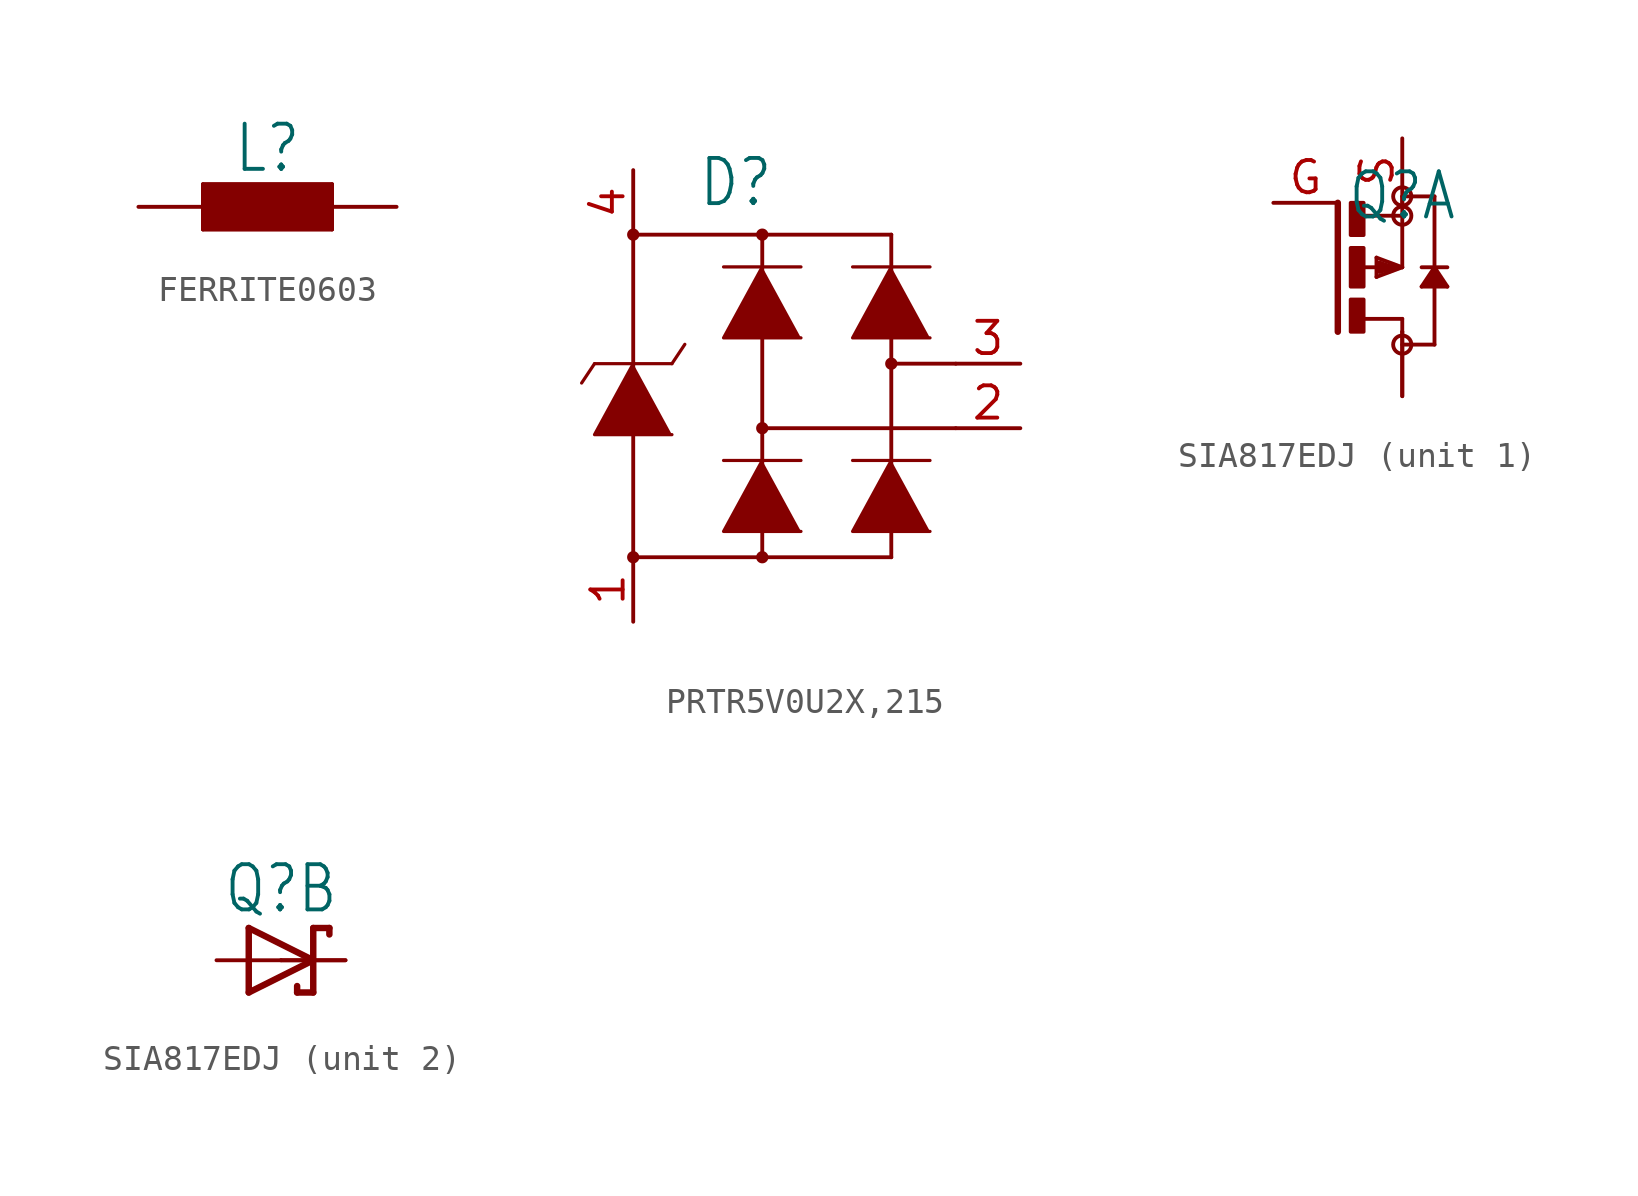
<source format=kicad_sym>
(kicad_symbol_lib
  (version 20231120)
  (generator "kicad_symbol_editor")
  (generator_version "8.0")
  (symbol "FERRITE0603"
    (property "Reference" "L"
      (at 0 1.27 0)
      (effects (font (size 1.778 1.511)) (justify bottom)))
    (property "Value" ""
      (at 0 -1.27 0)
      (effects (font (size 1.778 1.511)) (justify top)))
    (property "ki_locked" ""
      (at 0 0 0)
      (effects (font (size 1.27 1.27))))
    (symbol "FERRITE0603_1_0"
      (rectangle (start -2.54 -0.889) (end 2.54 0.889) (stroke (width 0) (type default)) (fill (type outline)))
      (polyline (pts (xy -2.54 -0.889) (xy -2.54 0.889)) (stroke (width 0.152) (type solid)) (fill (type none)))
      (polyline (pts (xy -2.54 0.889) (xy 2.54 0.889)) (stroke (width 0.152) (type solid)) (fill (type none)))
      (polyline (pts (xy 2.54 -0.889) (xy -2.54 -0.889)) (stroke (width 0.152) (type solid)) (fill (type none)))
      (polyline (pts (xy 2.54 0.889) (xy 2.54 -0.889)) (stroke (width 0.152) (type solid)) (fill (type none)))
      (pin passive line (at -5.08 0 0) (length 2.54) (name "1" (effects (font (size 0 0)))) (number "1" (effects (font (size 0 0)))))
      (pin passive line (at 5.08 0 180) (length 2.54) (name "2" (effects (font (size 0 0)))) (number "2" (effects (font (size 0 0)))))))
  (symbol "PRTR5V0U2X,215"
    (property "Reference" "D"
      (at -2.54 6.096 0)
      (effects (font (size 1.778 1.511)) (justify left bottom)))
    (property "Value" ""
      (at -2.54 -9.652 0)
      (effects (font (size 1.778 1.511)) (justify left bottom)))
    (property "ki_locked" ""
      (at 0 0 0)
      (effects (font (size 1.27 1.27))))
    (symbol "PRTR5V0U2X,215_1_0"
      (circle (center -5.08 -7.62) (radius 0.102) (stroke (width 0.127) (type solid)) (fill (type none)))
      (circle (center -5.08 -7.62) (radius 0.178) (stroke (width 0.127) (type solid)) (fill (type none)))
      (circle (center -5.08 5.08) (radius 0.102) (stroke (width 0.127) (type solid)) (fill (type none)))
      (circle (center -5.08 5.08) (radius 0.178) (stroke (width 0.127) (type solid)) (fill (type none)))
      (circle (center 0 -7.62) (radius 0.102) (stroke (width 0.127) (type solid)) (fill (type none)))
      (circle (center 0 -7.62) (radius 0.178) (stroke (width 0.127) (type solid)) (fill (type none)))
      (circle (center 0 -2.54) (radius 0.102) (stroke (width 0.127) (type solid)) (fill (type none)))
      (circle (center 0 -2.54) (radius 0.178) (stroke (width 0.127) (type solid)) (fill (type none)))
      (polyline (pts (xy -6.604 0) (xy -7.112 -0.762)) (stroke (width 0.127) (type solid)) (fill (type none)))
      (polyline (pts (xy -6.604 0) (xy -3.556 0)) (stroke (width 0.127) (type solid)) (fill (type none)))
      (polyline (pts (xy -5.08 -7.62) (xy 5.08 -7.62)) (stroke (width 0.152) (type solid)) (fill (type none)))
      (polyline (pts (xy -5.08 5.08) (xy -5.08 -7.62)) (stroke (width 0.152) (type solid)) (fill (type none)))
      (polyline (pts (xy -5.08 5.08) (xy 5.08 5.08)) (stroke (width 0.152) (type solid)) (fill (type none)))
      (polyline (pts (xy -3.048 0.762) (xy -3.556 0)) (stroke (width 0.127) (type solid)) (fill (type none)))
      (polyline (pts (xy -1.524 -3.81) (xy 1.524 -3.81)) (stroke (width 0.127) (type solid)) (fill (type none)))
      (polyline (pts (xy -1.524 3.81) (xy 1.524 3.81)) (stroke (width 0.127) (type solid)) (fill (type none)))
      (polyline (pts (xy 0 -7.62) (xy 0 5.08)) (stroke (width 0.152) (type solid)) (fill (type none)))
      (polyline (pts (xy 0 -2.54) (xy 7.62 -2.54)) (stroke (width 0.152) (type solid)) (fill (type none)))
      (polyline (pts (xy 3.556 -3.81) (xy 6.604 -3.81)) (stroke (width 0.127) (type solid)) (fill (type none)))
      (polyline (pts (xy 3.556 3.81) (xy 6.604 3.81)) (stroke (width 0.127) (type solid)) (fill (type none)))
      (polyline (pts (xy 5.08 -7.62) (xy 5.08 5.08)) (stroke (width 0.152) (type solid)) (fill (type none)))
      (polyline (pts (xy 5.08 0) (xy 7.62 0)) (stroke (width 0.152) (type solid)) (fill (type none)))
      (polyline (pts (xy -5.08 0) (xy -6.604 -2.794) (xy -3.556 -2.794)) (stroke (width 0.127) (type solid)) (fill (type outline)))
      (polyline (pts (xy 0 -3.81) (xy -1.524 -6.604) (xy 1.524 -6.604)) (stroke (width 0.127) (type solid)) (fill (type outline)))
      (polyline (pts (xy 0 3.81) (xy -1.524 1.016) (xy 1.524 1.016)) (stroke (width 0.127) (type solid)) (fill (type outline)))
      (polyline (pts (xy 5.08 -3.81) (xy 3.556 -6.604) (xy 6.604 -6.604)) (stroke (width 0.127) (type solid)) (fill (type outline)))
      (polyline (pts (xy 5.08 3.81) (xy 3.556 1.016) (xy 6.604 1.016)) (stroke (width 0.127) (type solid)) (fill (type outline)))
      (circle (center 0 5.08) (radius 0.102) (stroke (width 0.127) (type solid)) (fill (type none)))
      (circle (center 0 5.08) (radius 0.178) (stroke (width 0.127) (type solid)) (fill (type none)))
      (circle (center 5.08 0) (radius 0.102) (stroke (width 0.127) (type solid)) (fill (type none)))
      (circle (center 5.08 0) (radius 0.178) (stroke (width 0.127) (type solid)) (fill (type none)))
      (pin passive line (at -5.08 -10.16 90) (length 2.54) (name "1" (effects (font (size 0 0)))) (number "1" (effects (font (size 1.27 1.27)))))
      (pin passive line (at 10.16 -2.54 180) (length 2.54) (name "2" (effects (font (size 0 0)))) (number "2" (effects (font (size 1.27 1.27)))))
      (pin passive line (at 10.16 0 180) (length 2.54) (name "3" (effects (font (size 0 0)))) (number "3" (effects (font (size 1.27 1.27)))))
      (pin passive line (at -5.08 7.62 270) (length 2.54) (name "4" (effects (font (size 0 0)))) (number "4" (effects (font (size 1.27 1.27)))))))
  (symbol "SIA817EDJ"
    (property "Reference" "Q"
      (at 0 1.778 0)
      (effects (font (size 1.778 1.511)) (justify bottom)))
    (property "Value" ""
      (at 0 -1.778 0)
      (effects (font (size 1.778 1.511)) (justify top)))
    (property "ki_locked" ""
      (at 0 0 0)
      (effects (font (size 1.27 1.27))))
    (symbol "SIA817EDJ_1_0"
      (rectangle (start -2.032 -2.54) (end -1.524 -1.27) (stroke (width 0) (type default)) (fill (type outline)))
      (rectangle (start -2.032 -0.762) (end -1.524 0.762) (stroke (width 0) (type default)) (fill (type outline)))
      (rectangle (start -2.032 1.27) (end -1.524 2.54) (stroke (width 0) (type default)) (fill (type outline)))
      (circle (center 0 -3.048) (radius 0.359) (stroke (width 0) (type solid)) (fill (type none)))
      (polyline (pts (xy -2.54 2.54) (xy -2.54 -2.54)) (stroke (width 0.254) (type solid)) (fill (type none)))
      (polyline (pts (xy -1.524 -2.032) (xy 0 -2.032)) (stroke (width 0.152) (type solid)) (fill (type none)))
      (polyline (pts (xy -1.524 0) (xy -0.508 0)) (stroke (width 0.152) (type solid)) (fill (type none)))
      (polyline (pts (xy -1.524 2.032) (xy 0 2.032)) (stroke (width 0.152) (type solid)) (fill (type none)))
      (polyline (pts (xy -1.016 -0.381) (xy 0 0)) (stroke (width 0.152) (type solid)) (fill (type none)))
      (polyline (pts (xy -1.016 0.381) (xy -1.016 -0.381)) (stroke (width 0.152) (type solid)) (fill (type none)))
      (polyline (pts (xy -0.889 -0.127) (xy -0.889 0.127)) (stroke (width 0.254) (type solid)) (fill (type none)))
      (polyline (pts (xy -0.889 0.127) (xy -0.508 0)) (stroke (width 0.254) (type solid)) (fill (type none)))
      (polyline (pts (xy -0.508 0) (xy -0.381 0)) (stroke (width 0.152) (type solid)) (fill (type none)))
      (polyline (pts (xy -0.381 0) (xy -0.889 -0.127)) (stroke (width 0.254) (type solid)) (fill (type none)))
      (polyline (pts (xy -0.381 0) (xy 0 0)) (stroke (width 0.152) (type solid)) (fill (type none)))
      (polyline (pts (xy 0 -3.048) (xy 1.27 -3.048)) (stroke (width 0.152) (type solid)) (fill (type none)))
      (polyline (pts (xy 0 -2.032) (xy 0 -2.54)) (stroke (width 0.152) (type solid)) (fill (type none)))
      (polyline (pts (xy 0 0) (xy -1.016 0.381)) (stroke (width 0.152) (type solid)) (fill (type none)))
      (polyline (pts (xy 0 0) (xy 0 2.032)) (stroke (width 0.152) (type solid)) (fill (type none)))
      (polyline (pts (xy 0 2.032) (xy 0 2.794)) (stroke (width 0.152) (type solid)) (fill (type none)))
      (polyline (pts (xy 0.762 -0.762) (xy 1.778 -0.762)) (stroke (width 0.152) (type solid)) (fill (type none)))
      (polyline (pts (xy 0.762 0) (xy 1.778 0)) (stroke (width 0.152) (type solid)) (fill (type none)))
      (polyline (pts (xy 1.016 -0.635) (xy 1.524 -0.635)) (stroke (width 0.254) (type solid)) (fill (type none)))
      (polyline (pts (xy 1.27 -3.048) (xy 1.27 -0.254)) (stroke (width 0.152) (type solid)) (fill (type none)))
      (polyline (pts (xy 1.27 -0.254) (xy 1.016 -0.635)) (stroke (width 0.254) (type solid)) (fill (type none)))
      (polyline (pts (xy 1.27 -0.254) (xy 1.27 0)) (stroke (width 0.152) (type solid)) (fill (type none)))
      (polyline (pts (xy 1.27 0) (xy 0.762 -0.762)) (stroke (width 0.152) (type solid)) (fill (type none)))
      (polyline (pts (xy 1.27 0) (xy 1.27 2.794)) (stroke (width 0.152) (type solid)) (fill (type none)))
      (polyline (pts (xy 1.27 2.794) (xy 0 2.794)) (stroke (width 0.152) (type solid)) (fill (type none)))
      (polyline (pts (xy 1.524 -0.635) (xy 1.27 -0.254)) (stroke (width 0.254) (type solid)) (fill (type none)))
      (polyline (pts (xy 1.778 -0.762) (xy 1.27 0)) (stroke (width 0.152) (type solid)) (fill (type none)))
      (circle (center 0 2.032) (radius 0.359) (stroke (width 0) (type solid)) (fill (type none)))
      (circle (center 0 2.794) (radius 0.359) (stroke (width 0) (type solid)) (fill (type none)))
      (pin passive line (at 0 -5.08 90) (length 2.54) (name "D" (effects (font (size 0 0)))) (number "D" (effects (font (size 0 0)))))
      (pin passive line (at 0 -5.08 90) (length 2.54) (name "D" (effects (font (size 0 0)))) (number "D2" (effects (font (size 0 0)))))
      (pin passive line (at -5.08 2.54 0) (length 2.54) (name "G" (effects (font (size 0 0)))) (number "G" (effects (font (size 1.27 1.27)))))
      (pin passive line (at 0 5.08 270) (length 2.54) (name "S" (effects (font (size 0 0)))) (number "S" (effects (font (size 1.27 1.27))))))
    (symbol "SIA817EDJ_2_0"
      (polyline (pts (xy -1.27 -1.27) (xy 1.27 0)) (stroke (width 0.254) (type solid)) (fill (type none)))
      (polyline (pts (xy -1.27 1.27) (xy -1.27 -1.27)) (stroke (width 0.254) (type solid)) (fill (type none)))
      (polyline (pts (xy 0.635 -1.016) (xy 0.635 -1.27)) (stroke (width 0.254) (type solid)) (fill (type none)))
      (polyline (pts (xy 1.27 -1.27) (xy 0.635 -1.27)) (stroke (width 0.254) (type solid)) (fill (type none)))
      (polyline (pts (xy 1.27 0) (xy -1.27 1.27)) (stroke (width 0.254) (type solid)) (fill (type none)))
      (polyline (pts (xy 1.27 0) (xy 1.27 -1.27)) (stroke (width 0.254) (type solid)) (fill (type none)))
      (polyline (pts (xy 1.27 1.27) (xy 1.27 0)) (stroke (width 0.254) (type solid)) (fill (type none)))
      (polyline (pts (xy 1.905 1.27) (xy 1.27 1.27)) (stroke (width 0.254) (type solid)) (fill (type none)))
      (polyline (pts (xy 1.905 1.27) (xy 1.905 1.016)) (stroke (width 0.254) (type solid)) (fill (type none)))
      (pin passive line (at -2.54 0 0) (length 2.54) (name "A" (effects (font (size 0 0)))) (number "A" (effects (font (size 0 0)))))
      (pin passive line (at 2.54 0 180) (length 2.54) (name "C" (effects (font (size 0 0)))) (number "K" (effects (font (size 0 0)))))
      (pin passive line (at 2.54 0 180) (length 2.54) (name "C" (effects (font (size 0 0)))) (number "K2" (effects (font (size 0 0))))))))
</source>
